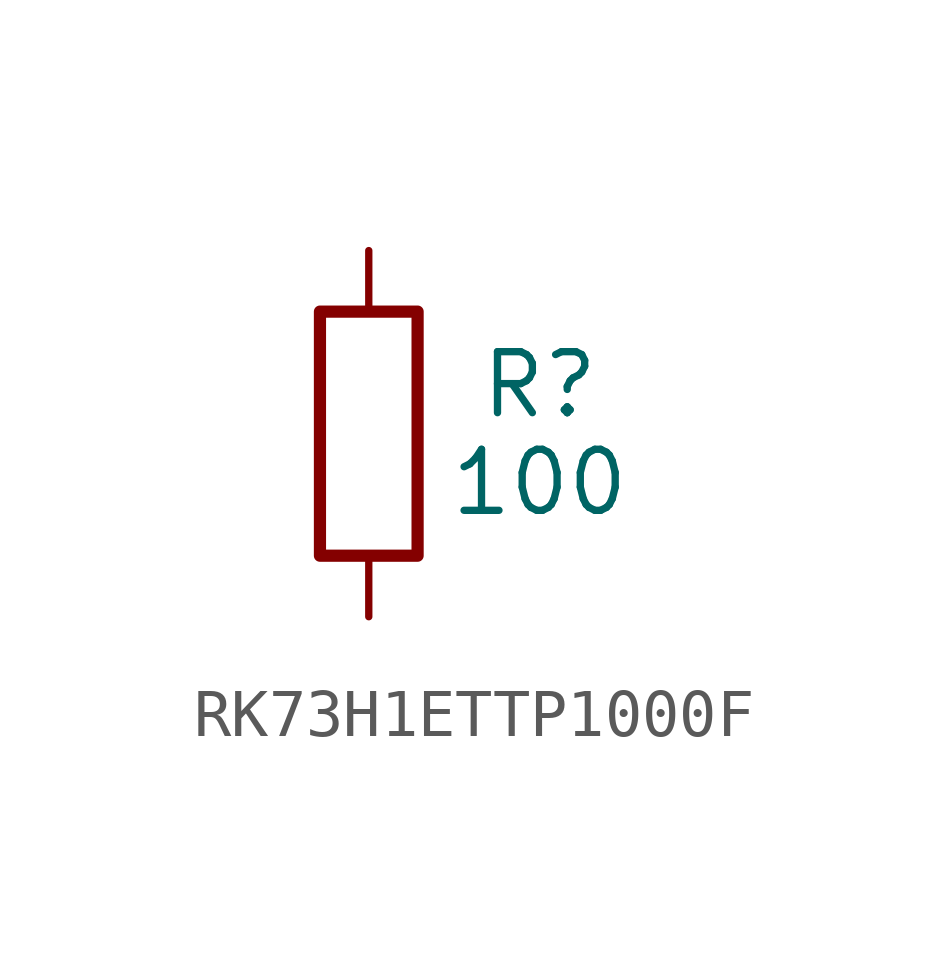
<source format=kicad_sym>
(kicad_symbol_lib
  (version 20241209)
  (generator "kicad_symbol_editor")
  (generator_version "9.0")
  (symbol "RK73H1ETTP1000F"
    (property "Reference" "R"
      (at 3.556 1.016 0)
      (effects (font (size 1.27 1.27))))
    (property "Value" "100"
      (at 3.556 -1.016 0)
      (effects (font (size 1.27 1.27))))
    (symbol "RK73H1ETTP1000F_0_1"
      (rectangle (start -1.016 -2.54) (end 1.016 2.54) (stroke (width 0.254) (type default)) (fill (type none))))
    (symbol "RK73H1ETTP1000F_1_1"
      (pin passive line (at 0 3.81 270) (length 1.27) (name "~" (effects (font (size 1.27 1.27)))) (number "1" (effects (font (size 0 0)))))
      (pin passive line (at 0 -3.81 90) (length 1.27) (name "~" (effects (font (size 1.27 1.27)))) (number "2" (effects (font (size 0 0))))))))
</source>
